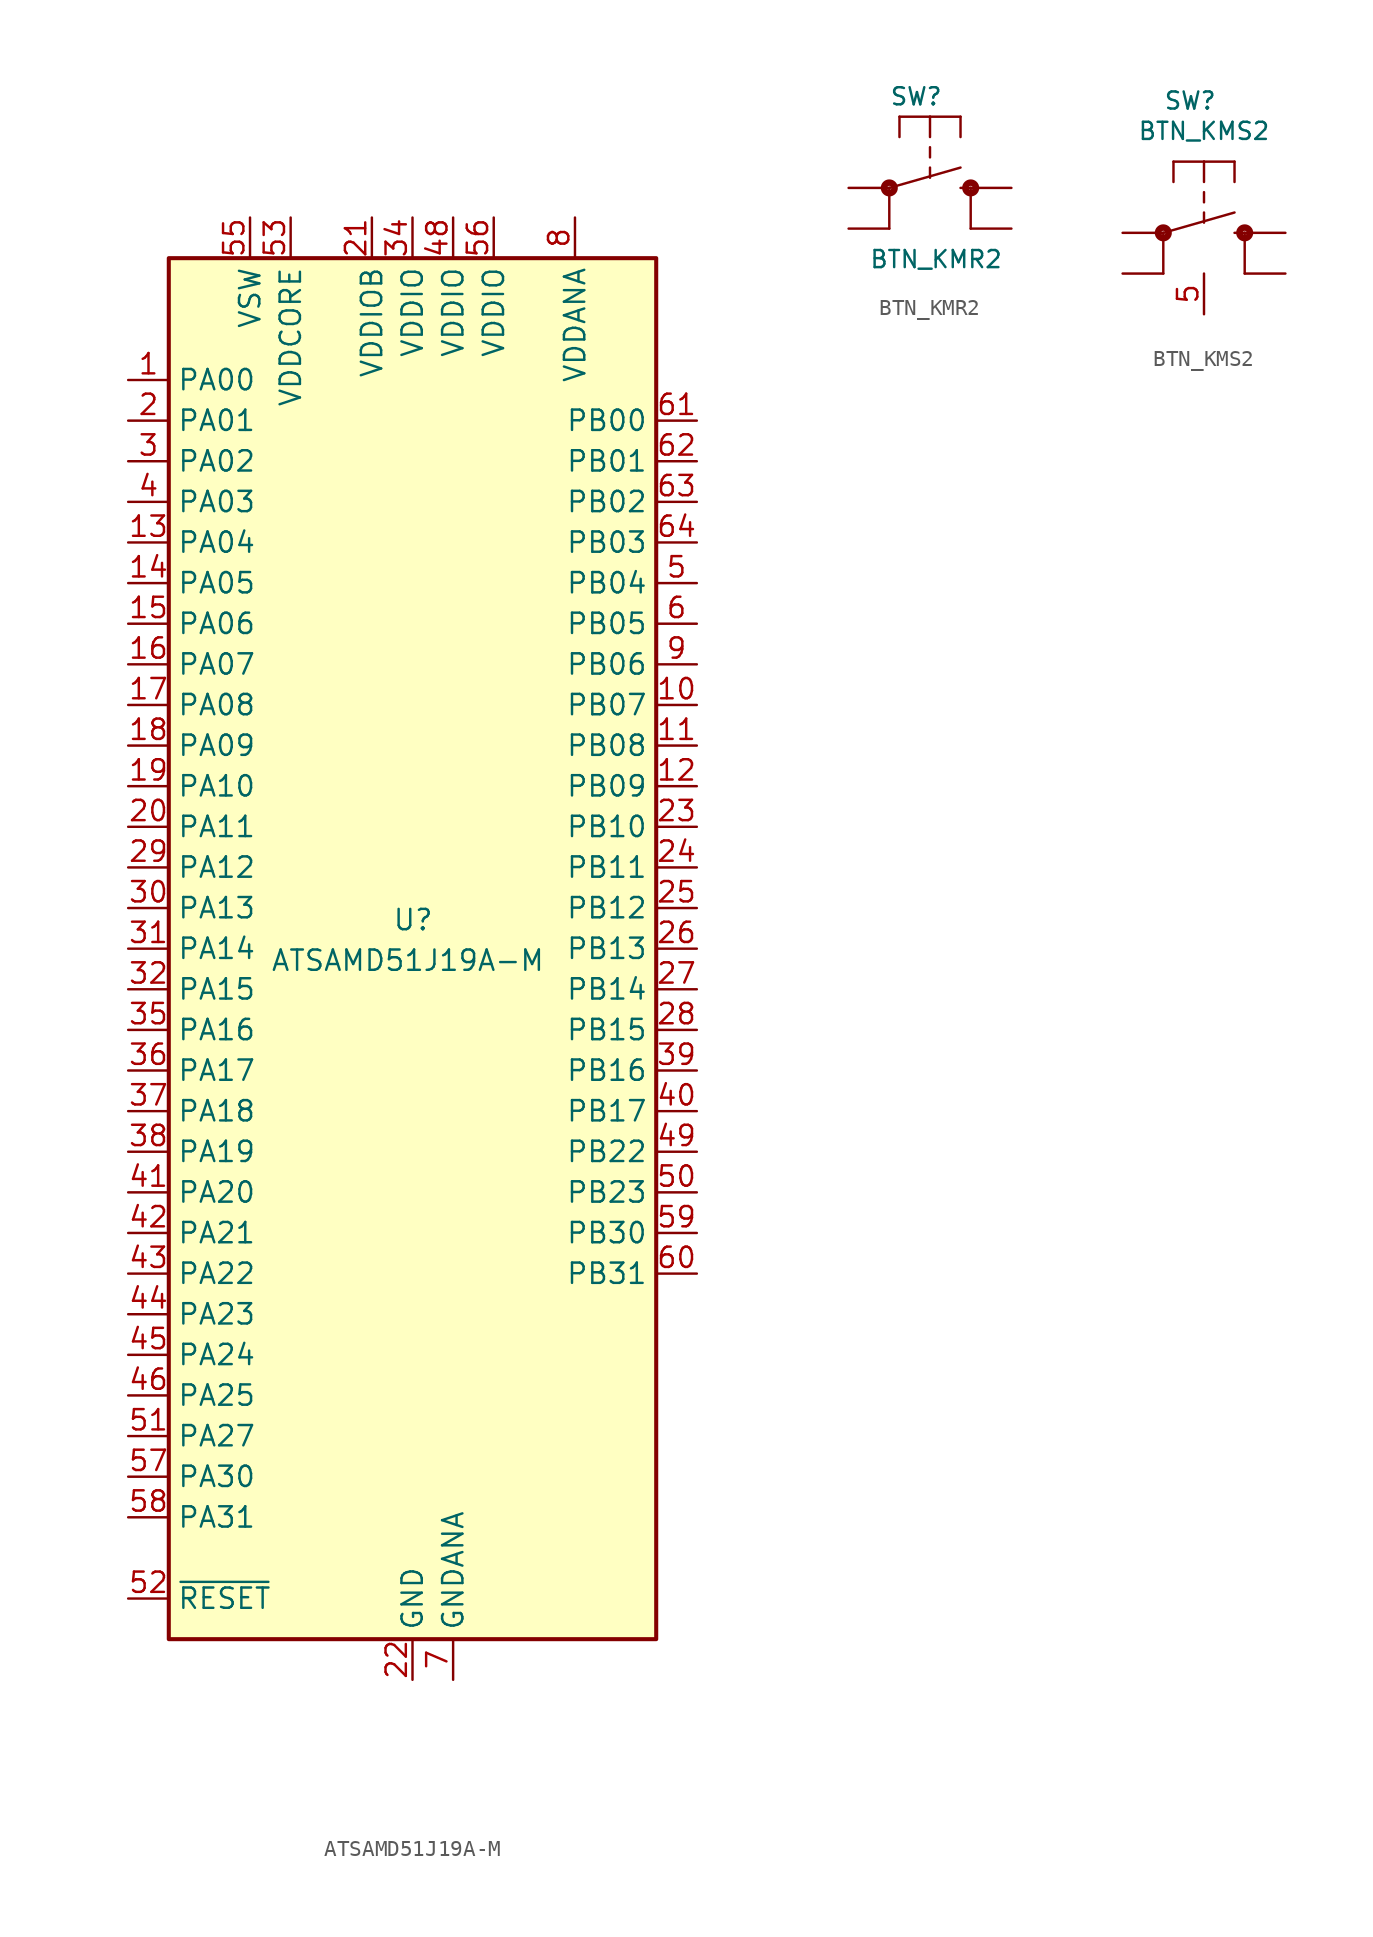
<source format=kicad_sym>
(kicad_symbol_lib
  (version 20220914)
  (generator kicad_symbol_editor)
  (symbol "ATSAMD51J19A-M"
    (property "Reference" "U"
      (at -1.27 2.54 0)
      (effects (font (size 1.27 1.27)) (justify left top)))
    (property "Value" "ATSAMD51J19A-M"
      (at -8.89 0 0)
      (effects (font (size 1.27 1.27)) (justify left top)))
    (symbol "ATSAMD51J19A-M_0_1"
      (rectangle (start -15.24 43.18) (end 15.24 -43.18) (stroke (width 0.254) (type default)) (fill (type background))))
    (symbol "ATSAMD51J19A-M_1_0"
      (pin bidirectional line (at 17.78 25.4 180) (length 2.54) (name "PB03" (effects (font (size 1.27 1.27)))) (number "64" (effects (font (size 1.27 1.27))))))
    (symbol "ATSAMD51J19A-M_1_1"
      (pin bidirectional line (at -17.78 35.56 0) (length 2.54) (name "PA00" (effects (font (size 1.27 1.27)))) (number "1" (effects (font (size 1.27 1.27)))))
      (pin bidirectional line (at 17.78 15.24 180) (length 2.54) (name "PB07" (effects (font (size 1.27 1.27)))) (number "10" (effects (font (size 1.27 1.27)))))
      (pin bidirectional line (at 17.78 12.7 180) (length 2.54) (name "PB08" (effects (font (size 1.27 1.27)))) (number "11" (effects (font (size 1.27 1.27)))))
      (pin bidirectional line (at 17.78 10.16 180) (length 2.54) (name "PB09" (effects (font (size 1.27 1.27)))) (number "12" (effects (font (size 1.27 1.27)))))
      (pin bidirectional line (at -17.78 25.4 0) (length 2.54) (name "PA04" (effects (font (size 1.27 1.27)))) (number "13" (effects (font (size 1.27 1.27)))))
      (pin bidirectional line (at -17.78 22.86 0) (length 2.54) (name "PA05" (effects (font (size 1.27 1.27)))) (number "14" (effects (font (size 1.27 1.27)))))
      (pin bidirectional line (at -17.78 20.32 0) (length 2.54) (name "PA06" (effects (font (size 1.27 1.27)))) (number "15" (effects (font (size 1.27 1.27)))))
      (pin bidirectional line (at -17.78 17.78 0) (length 2.54) (name "PA07" (effects (font (size 1.27 1.27)))) (number "16" (effects (font (size 1.27 1.27)))))
      (pin bidirectional line (at -17.78 15.24 0) (length 2.54) (name "PA08" (effects (font (size 1.27 1.27)))) (number "17" (effects (font (size 1.27 1.27)))))
      (pin bidirectional line (at -17.78 12.7 0) (length 2.54) (name "PA09" (effects (font (size 1.27 1.27)))) (number "18" (effects (font (size 1.27 1.27)))))
      (pin bidirectional line (at -17.78 10.16 0) (length 2.54) (name "PA10" (effects (font (size 1.27 1.27)))) (number "19" (effects (font (size 1.27 1.27)))))
      (pin bidirectional line (at -17.78 33.02 0) (length 2.54) (name "PA01" (effects (font (size 1.27 1.27)))) (number "2" (effects (font (size 1.27 1.27)))))
      (pin bidirectional line (at -17.78 7.62 0) (length 2.54) (name "PA11" (effects (font (size 1.27 1.27)))) (number "20" (effects (font (size 1.27 1.27)))))
      (pin power_in line (at -2.54 45.72 270) (length 2.54) (name "VDDIOB" (effects (font (size 1.27 1.27)))) (number "21" (effects (font (size 1.27 1.27)))))
      (pin power_in line (at 0 -45.72 90) (length 2.54) (name "GND" (effects (font (size 1.27 1.27)))) (number "22" (effects (font (size 1.27 1.27)))))
      (pin bidirectional line (at 17.78 7.62 180) (length 2.54) (name "PB10" (effects (font (size 1.27 1.27)))) (number "23" (effects (font (size 1.27 1.27)))))
      (pin bidirectional line (at 17.78 5.08 180) (length 2.54) (name "PB11" (effects (font (size 1.27 1.27)))) (number "24" (effects (font (size 1.27 1.27)))))
      (pin bidirectional line (at 17.78 2.54 180) (length 2.54) (name "PB12" (effects (font (size 1.27 1.27)))) (number "25" (effects (font (size 1.27 1.27)))))
      (pin bidirectional line (at 17.78 0 180) (length 2.54) (name "PB13" (effects (font (size 1.27 1.27)))) (number "26" (effects (font (size 1.27 1.27)))))
      (pin bidirectional line (at 17.78 -2.54 180) (length 2.54) (name "PB14" (effects (font (size 1.27 1.27)))) (number "27" (effects (font (size 1.27 1.27)))))
      (pin bidirectional line (at 17.78 -5.08 180) (length 2.54) (name "PB15" (effects (font (size 1.27 1.27)))) (number "28" (effects (font (size 1.27 1.27)))))
      (pin bidirectional line (at -17.78 5.08 0) (length 2.54) (name "PA12" (effects (font (size 1.27 1.27)))) (number "29" (effects (font (size 1.27 1.27)))))
      (pin bidirectional line (at -17.78 30.48 0) (length 2.54) (name "PA02" (effects (font (size 1.27 1.27)))) (number "3" (effects (font (size 1.27 1.27)))))
      (pin bidirectional line (at -17.78 2.54 0) (length 2.54) (name "PA13" (effects (font (size 1.27 1.27)))) (number "30" (effects (font (size 1.27 1.27)))))
      (pin bidirectional line (at -17.78 0 0) (length 2.54) (name "PA14" (effects (font (size 1.27 1.27)))) (number "31" (effects (font (size 1.27 1.27)))))
      (pin bidirectional line (at -17.78 -2.54 0) (length 2.54) (name "PA15" (effects (font (size 1.27 1.27)))) (number "32" (effects (font (size 1.27 1.27)))))
      (pin passive line (at 0 -45.72 90) (length 2.54) hide (name "GND" (effects (font (size 1.27 1.27)))) (number "33" (effects (font (size 1.27 1.27)))))
      (pin power_in line (at 0 45.72 270) (length 2.54) (name "VDDIO" (effects (font (size 1.27 1.27)))) (number "34" (effects (font (size 1.27 1.27)))))
      (pin bidirectional line (at -17.78 -5.08 0) (length 2.54) (name "PA16" (effects (font (size 1.27 1.27)))) (number "35" (effects (font (size 1.27 1.27)))))
      (pin bidirectional line (at -17.78 -7.62 0) (length 2.54) (name "PA17" (effects (font (size 1.27 1.27)))) (number "36" (effects (font (size 1.27 1.27)))))
      (pin bidirectional line (at -17.78 -10.16 0) (length 2.54) (name "PA18" (effects (font (size 1.27 1.27)))) (number "37" (effects (font (size 1.27 1.27)))))
      (pin bidirectional line (at -17.78 -12.7 0) (length 2.54) (name "PA19" (effects (font (size 1.27 1.27)))) (number "38" (effects (font (size 1.27 1.27)))))
      (pin bidirectional line (at 17.78 -7.62 180) (length 2.54) (name "PB16" (effects (font (size 1.27 1.27)))) (number "39" (effects (font (size 1.27 1.27)))))
      (pin bidirectional line (at -17.78 27.94 0) (length 2.54) (name "PA03" (effects (font (size 1.27 1.27)))) (number "4" (effects (font (size 1.27 1.27)))))
      (pin bidirectional line (at 17.78 -10.16 180) (length 2.54) (name "PB17" (effects (font (size 1.27 1.27)))) (number "40" (effects (font (size 1.27 1.27)))))
      (pin bidirectional line (at -17.78 -15.24 0) (length 2.54) (name "PA20" (effects (font (size 1.27 1.27)))) (number "41" (effects (font (size 1.27 1.27)))))
      (pin bidirectional line (at -17.78 -17.78 0) (length 2.54) (name "PA21" (effects (font (size 1.27 1.27)))) (number "42" (effects (font (size 1.27 1.27)))))
      (pin bidirectional line (at -17.78 -20.32 0) (length 2.54) (name "PA22" (effects (font (size 1.27 1.27)))) (number "43" (effects (font (size 1.27 1.27)))))
      (pin bidirectional line (at -17.78 -22.86 0) (length 2.54) (name "PA23" (effects (font (size 1.27 1.27)))) (number "44" (effects (font (size 1.27 1.27)))))
      (pin bidirectional line (at -17.78 -25.4 0) (length 2.54) (name "PA24" (effects (font (size 1.27 1.27)))) (number "45" (effects (font (size 1.27 1.27)))))
      (pin bidirectional line (at -17.78 -27.94 0) (length 2.54) (name "PA25" (effects (font (size 1.27 1.27)))) (number "46" (effects (font (size 1.27 1.27)))))
      (pin passive line (at 0 -45.72 90) (length 2.54) hide (name "GND" (effects (font (size 1.27 1.27)))) (number "47" (effects (font (size 1.27 1.27)))))
      (pin power_in line (at 2.54 45.72 270) (length 2.54) (name "VDDIO" (effects (font (size 1.27 1.27)))) (number "48" (effects (font (size 1.27 1.27)))))
      (pin bidirectional line (at 17.78 -12.7 180) (length 2.54) (name "PB22" (effects (font (size 1.27 1.27)))) (number "49" (effects (font (size 1.27 1.27)))))
      (pin bidirectional line (at 17.78 22.86 180) (length 2.54) (name "PB04" (effects (font (size 1.27 1.27)))) (number "5" (effects (font (size 1.27 1.27)))))
      (pin bidirectional line (at 17.78 -15.24 180) (length 2.54) (name "PB23" (effects (font (size 1.27 1.27)))) (number "50" (effects (font (size 1.27 1.27)))))
      (pin bidirectional line (at -17.78 -30.48 0) (length 2.54) (name "PA27" (effects (font (size 1.27 1.27)))) (number "51" (effects (font (size 1.27 1.27)))))
      (pin input line (at -17.78 -40.64 0) (length 2.54) (name "~{RESET}" (effects (font (size 1.27 1.27)))) (number "52" (effects (font (size 1.27 1.27)))))
      (pin power_out line (at -7.62 45.72 270) (length 2.54) (name "VDDCORE" (effects (font (size 1.27 1.27)))) (number "53" (effects (font (size 1.27 1.27)))))
      (pin passive line (at 0 -45.72 90) (length 2.54) hide (name "GND" (effects (font (size 1.27 1.27)))) (number "54" (effects (font (size 1.27 1.27)))))
      (pin power_in line (at -10.16 45.72 270) (length 2.54) (name "VSW" (effects (font (size 1.27 1.27)))) (number "55" (effects (font (size 1.27 1.27)))))
      (pin power_in line (at 5.08 45.72 270) (length 2.54) (name "VDDIO" (effects (font (size 1.27 1.27)))) (number "56" (effects (font (size 1.27 1.27)))))
      (pin bidirectional line (at -17.78 -33.02 0) (length 2.54) (name "PA30" (effects (font (size 1.27 1.27)))) (number "57" (effects (font (size 1.27 1.27)))))
      (pin bidirectional line (at -17.78 -35.56 0) (length 2.54) (name "PA31" (effects (font (size 1.27 1.27)))) (number "58" (effects (font (size 1.27 1.27)))))
      (pin bidirectional line (at 17.78 -17.78 180) (length 2.54) (name "PB30" (effects (font (size 1.27 1.27)))) (number "59" (effects (font (size 1.27 1.27)))))
      (pin bidirectional line (at 17.78 20.32 180) (length 2.54) (name "PB05" (effects (font (size 1.27 1.27)))) (number "6" (effects (font (size 1.27 1.27)))))
      (pin bidirectional line (at 17.78 -20.32 180) (length 2.54) (name "PB31" (effects (font (size 1.27 1.27)))) (number "60" (effects (font (size 1.27 1.27)))))
      (pin bidirectional line (at 17.78 33.02 180) (length 2.54) (name "PB00" (effects (font (size 1.27 1.27)))) (number "61" (effects (font (size 1.27 1.27)))))
      (pin bidirectional line (at 17.78 30.48 180) (length 2.54) (name "PB01" (effects (font (size 1.27 1.27)))) (number "62" (effects (font (size 1.27 1.27)))))
      (pin bidirectional line (at 17.78 27.94 180) (length 2.54) (name "PB02" (effects (font (size 1.27 1.27)))) (number "63" (effects (font (size 1.27 1.27)))))
      (pin passive line (at 0 -45.72 90) (length 2.54) hide (name "GND" (effects (font (size 1.27 1.27)))) (number "65" (effects (font (size 1.27 1.27)))))
      (pin power_in line (at 2.54 -45.72 90) (length 2.54) (name "GNDANA" (effects (font (size 1.27 1.27)))) (number "7" (effects (font (size 1.27 1.27)))))
      (pin power_in line (at 10.16 45.72 270) (length 2.54) (name "VDDANA" (effects (font (size 1.27 1.27)))) (number "8" (effects (font (size 1.27 1.27)))))
      (pin bidirectional line (at 17.78 17.78 180) (length 2.54) (name "PB06" (effects (font (size 1.27 1.27)))) (number "9" (effects (font (size 1.27 1.27)))))))
  (symbol "BTN_KMR2"
    (pin_names
      (offset 1.016))
    (property "Reference" "SW"
      (at -2.54 5.08 0)
      (effects (font (size 1.067 1.067)) (justify left bottom)))
    (property "Value" "BTN_KMR2"
      (at -3.81 -5.08 0)
      (effects (font (size 1.067 1.067)) (justify left bottom)))
    (symbol "BTN_KMR2_1_0"
      (circle (center -2.54 0) (radius 0.127) (stroke (width 0.406) (type default)) (fill (type none)))
      (polyline (pts (xy -2.54 -2.54) (xy -2.54 0)) (stroke (width 0) (type default)) (fill (type none)))
      (polyline (pts (xy -2.54 0) (xy 1.905 1.27)) (stroke (width 0) (type default)) (fill (type none)))
      (polyline (pts (xy -1.905 4.445) (xy -1.905 3.175)) (stroke (width 0) (type default)) (fill (type none)))
      (polyline (pts (xy 0 1.27) (xy 0 0.635)) (stroke (width 0) (type default)) (fill (type none)))
      (polyline (pts (xy 0 2.54) (xy 0 1.905)) (stroke (width 0) (type default)) (fill (type none)))
      (polyline (pts (xy 0 4.445) (xy -1.905 4.445)) (stroke (width 0) (type default)) (fill (type none)))
      (polyline (pts (xy 0 4.445) (xy 0 3.175)) (stroke (width 0) (type default)) (fill (type none)))
      (polyline (pts (xy 1.905 0) (xy 2.54 0)) (stroke (width 0) (type default)) (fill (type none)))
      (polyline (pts (xy 1.905 4.445) (xy 0 4.445)) (stroke (width 0) (type default)) (fill (type none)))
      (polyline (pts (xy 1.905 4.445) (xy 1.905 3.175)) (stroke (width 0) (type default)) (fill (type none)))
      (polyline (pts (xy 2.54 -2.54) (xy 2.54 0)) (stroke (width 0) (type default)) (fill (type none)))
      (circle (center 2.54 0) (radius 0.127) (stroke (width 0.406) (type default)) (fill (type none)))
      (pin passive line (at -5.08 0 0) (length 2.54) (name "P" (effects (font (size 0 0)))) (number "A" (effects (font (size 0 0)))))
      (pin passive line (at -5.08 -2.54 0) (length 2.54) (name "P1" (effects (font (size 0 0)))) (number "A'" (effects (font (size 0 0)))))
      (pin passive line (at 5.08 0 180) (length 2.54) (name "S" (effects (font (size 0 0)))) (number "B" (effects (font (size 0 0)))))
      (pin passive line (at 5.08 -2.54 180) (length 2.54) (name "S1" (effects (font (size 0 0)))) (number "B'" (effects (font (size 0 0)))))))
  (symbol "BTN_KMS2"
    (pin_names
      (offset 1.016))
    (property "Reference" "SW"
      (at -2.54 7.62 0)
      (effects (font (size 1.067 1.067)) (justify left bottom)))
    (property "Value" "BTN_KMS2"
      (at 0 6.35 0)
      (effects (font (size 1.067 1.067))))
    (symbol "BTN_KMS2_1_0"
      (circle (center -2.54 0) (radius 0.127) (stroke (width 0.406) (type default)) (fill (type none)))
      (polyline (pts (xy -2.54 -2.54) (xy -2.54 0)) (stroke (width 0) (type default)) (fill (type none)))
      (polyline (pts (xy -2.54 0) (xy 1.905 1.27)) (stroke (width 0) (type default)) (fill (type none)))
      (polyline (pts (xy -1.905 4.445) (xy -1.905 3.175)) (stroke (width 0) (type default)) (fill (type none)))
      (polyline (pts (xy 0 1.27) (xy 0 0.635)) (stroke (width 0) (type default)) (fill (type none)))
      (polyline (pts (xy 0 2.54) (xy 0 1.905)) (stroke (width 0) (type default)) (fill (type none)))
      (polyline (pts (xy 0 4.445) (xy -1.905 4.445)) (stroke (width 0) (type default)) (fill (type none)))
      (polyline (pts (xy 0 4.445) (xy 0 3.175)) (stroke (width 0) (type default)) (fill (type none)))
      (polyline (pts (xy 1.905 0) (xy 2.54 0)) (stroke (width 0) (type default)) (fill (type none)))
      (polyline (pts (xy 1.905 4.445) (xy 0 4.445)) (stroke (width 0) (type default)) (fill (type none)))
      (polyline (pts (xy 1.905 4.445) (xy 1.905 3.175)) (stroke (width 0) (type default)) (fill (type none)))
      (polyline (pts (xy 2.54 -2.54) (xy 2.54 0)) (stroke (width 0) (type default)) (fill (type none)))
      (circle (center 2.54 0) (radius 0.127) (stroke (width 0.406) (type default)) (fill (type none)))
      (pin passive line (at 5.08 0 180) (length 2.54) (name "S" (effects (font (size 0 0)))) (number "1" (effects (font (size 0 0)))))
      (pin passive line (at 5.08 -2.54 180) (length 2.54) (name "S1" (effects (font (size 0 0)))) (number "2" (effects (font (size 0 0)))))
      (pin passive line (at -5.08 0 0) (length 2.54) (name "P" (effects (font (size 0 0)))) (number "3" (effects (font (size 0 0)))))
      (pin passive line (at -5.08 -2.54 0) (length 2.54) (name "P1" (effects (font (size 0 0)))) (number "4" (effects (font (size 0 0))))))
    (symbol "BTN_KMS2_1_1"
      (pin power_in line (at 0 -5.08 90) (length 2.54) (name "" (effects (font (size 1.27 1.27)))) (number "5" (effects (font (size 1.27 1.27))))))))
</source>
